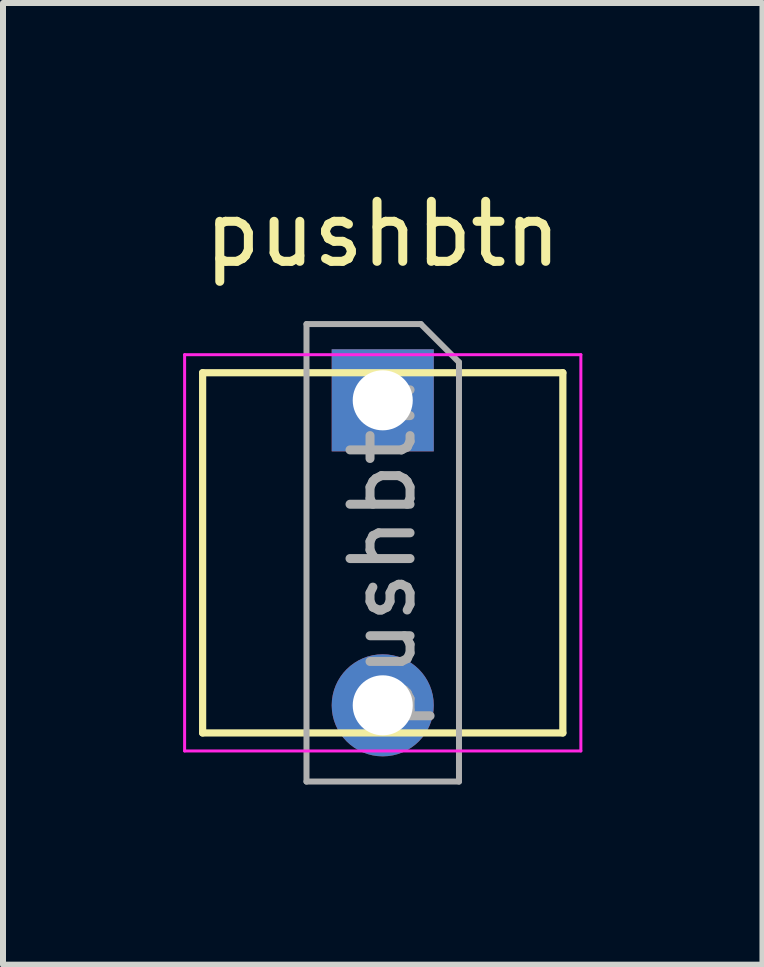
<source format=kicad_pcb>
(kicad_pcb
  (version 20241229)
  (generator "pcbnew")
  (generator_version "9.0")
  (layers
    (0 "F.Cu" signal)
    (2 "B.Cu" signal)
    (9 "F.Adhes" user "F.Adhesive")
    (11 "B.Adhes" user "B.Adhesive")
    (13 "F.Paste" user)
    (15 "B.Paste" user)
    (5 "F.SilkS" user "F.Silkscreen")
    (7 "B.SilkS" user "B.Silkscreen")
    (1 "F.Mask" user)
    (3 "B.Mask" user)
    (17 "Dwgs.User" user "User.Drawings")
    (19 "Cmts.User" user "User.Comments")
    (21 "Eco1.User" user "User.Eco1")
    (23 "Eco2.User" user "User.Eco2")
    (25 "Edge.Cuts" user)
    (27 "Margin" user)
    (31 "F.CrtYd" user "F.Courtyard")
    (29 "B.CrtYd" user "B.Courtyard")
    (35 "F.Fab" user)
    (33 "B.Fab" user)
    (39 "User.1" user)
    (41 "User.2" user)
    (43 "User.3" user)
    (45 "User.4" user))
  (footprint "pushbtn"
    (layer "F.Cu")
    (at 3.325 6.158)
    (property "Reference" "pushbtn" (at 0 -5.31 0) (layer "F.SilkS") (effects (font (size 1 1) (thickness 0.15))))
    (attr through_hole)
    (fp_line (start -3 -3) (end -3 3) (stroke (width 0.12) (type solid)) (layer "F.SilkS"))
    (fp_line (start -3 -3) (end 3 -3) (stroke (width 0.12) (type solid)) (layer "F.SilkS"))
    (fp_line (start -3 3) (end 3 3) (stroke (width 0.12) (type solid)) (layer "F.SilkS"))
    (fp_line (start 3 -3) (end 3 3) (stroke (width 0.12) (type solid)) (layer "F.SilkS"))
    (fp_line (start -3.3 -3.3) (end 3.3 -3.3) (stroke (width 0.05) (type solid)) (layer "F.CrtYd"))
    (fp_line (start -3.3 3.3) (end -3.3 -3.3) (stroke (width 0.05) (type solid)) (layer "F.CrtYd"))
    (fp_line (start 3.3 -3.3) (end 3.3 3.3) (stroke (width 0.05) (type solid)) (layer "F.CrtYd"))
    (fp_line (start 3.3 3.3) (end -3.3 3.3) (stroke (width 0.05) (type solid)) (layer "F.CrtYd"))
    (fp_line (start -1.27 -3.81) (end 0.635 -3.81) (stroke (width 0.1) (type solid)) (layer "F.Fab"))
    (fp_line (start -1.27 3.81) (end -1.27 -3.81) (stroke (width 0.1) (type solid)) (layer "F.Fab"))
    (fp_line (start 0.635 -3.81) (end 1.27 -3.175) (stroke (width 0.1) (type solid)) (layer "F.Fab"))
    (fp_line (start 1.27 -3.175) (end 1.27 3.81) (stroke (width 0.1) (type solid)) (layer "F.Fab"))
    (fp_line (start 1.27 3.81) (end -1.27 3.81) (stroke (width 0.1) (type solid)) (layer "F.Fab"))
    (fp_text user "${REFERENCE}" (at 0 0 90) (layer "F.Fab") (effects (font (size 1 1) (thickness 0.15))))
    (pad "1" thru_hole rect (at 0 -2.54) (size 1.7 1.7) (drill 1) (layers "*.Cu" "*.Mask"))
    (pad "2" thru_hole oval (at 0 2.54) (size 1.7 1.7) (drill 1) (layers "*.Cu" "*.Mask")))
  (gr_rect
    (start -3 -3)
    (end 9.65 13.018)
    (stroke (width 0.1) (type default))
    (fill no)
    (layer "Edge.Cuts")))
</source>
